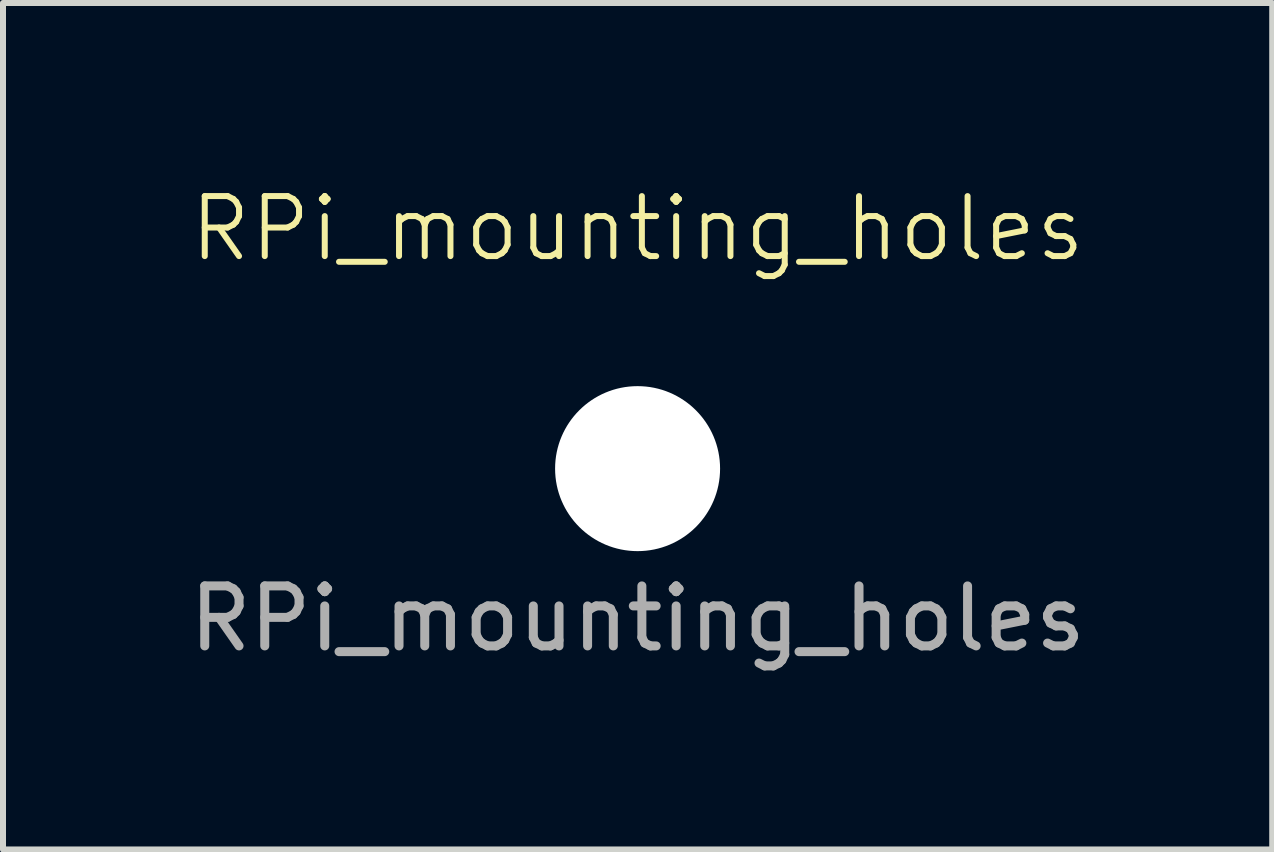
<source format=kicad_pcb>
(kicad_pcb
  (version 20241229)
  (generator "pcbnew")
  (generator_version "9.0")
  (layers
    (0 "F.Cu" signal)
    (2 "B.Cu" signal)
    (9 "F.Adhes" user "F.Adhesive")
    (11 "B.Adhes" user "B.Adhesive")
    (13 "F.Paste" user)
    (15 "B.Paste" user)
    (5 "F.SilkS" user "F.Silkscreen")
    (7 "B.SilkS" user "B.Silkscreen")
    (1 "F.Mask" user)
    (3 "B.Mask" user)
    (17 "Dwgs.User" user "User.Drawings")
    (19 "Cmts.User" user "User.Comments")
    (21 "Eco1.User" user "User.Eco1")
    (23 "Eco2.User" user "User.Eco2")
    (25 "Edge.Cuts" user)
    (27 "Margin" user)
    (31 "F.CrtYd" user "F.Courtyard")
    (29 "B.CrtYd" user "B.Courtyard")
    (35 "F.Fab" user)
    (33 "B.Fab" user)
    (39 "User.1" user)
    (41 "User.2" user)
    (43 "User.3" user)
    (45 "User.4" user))
  (footprint "RPi_mounting_holes"
    (layer "F.Cu")
    (at 7.577 4.761)
    (property "Reference" "RPi_mounting_holes" (at 0 -4 0) (unlocked yes) (layer "F.SilkS") (effects (font (size 1 1) (thickness 0.1))))
    (attr exclude_from_pos_files exclude_from_bom)
    (fp_text user "${REFERENCE}" (at 0 2.5 0) (unlocked yes) (layer "F.Fab") (effects (font (size 1 1) (thickness 0.15))))
    (pad "" np_thru_hole circle (at 0 0 90) (size 2.75 2.75) (drill 2.75) (layers "*.Cu" "*.Mask")))
  (gr_rect
    (start -3 -3)
    (end 18.155 11.109)
    (stroke (width 0.1) (type default))
    (fill no)
    (layer "Edge.Cuts")))
</source>
